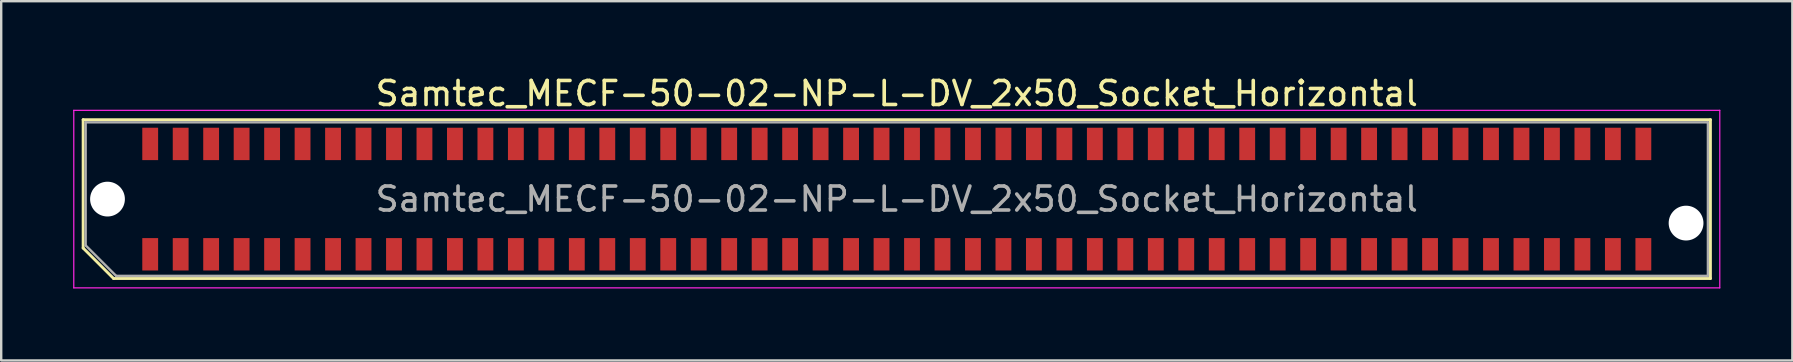
<source format=kicad_pcb>
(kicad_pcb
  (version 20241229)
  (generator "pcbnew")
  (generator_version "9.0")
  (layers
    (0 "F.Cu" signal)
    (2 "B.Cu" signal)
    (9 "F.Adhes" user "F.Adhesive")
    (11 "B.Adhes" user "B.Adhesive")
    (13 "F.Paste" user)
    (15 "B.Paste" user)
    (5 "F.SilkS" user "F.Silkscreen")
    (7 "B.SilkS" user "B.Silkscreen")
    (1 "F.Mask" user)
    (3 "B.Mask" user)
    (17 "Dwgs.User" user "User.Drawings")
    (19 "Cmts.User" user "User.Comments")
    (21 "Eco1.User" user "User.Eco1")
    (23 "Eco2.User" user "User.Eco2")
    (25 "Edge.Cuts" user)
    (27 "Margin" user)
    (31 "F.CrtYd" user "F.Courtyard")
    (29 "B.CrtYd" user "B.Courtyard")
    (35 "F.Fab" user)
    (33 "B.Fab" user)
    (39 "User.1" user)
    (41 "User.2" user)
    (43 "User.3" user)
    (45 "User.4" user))
  (footprint "Samtec_MECF-50-02-NP-L-DV_2x50_Socket_Horizontal"
    (layer "F.Cu")
    (at 34.325 5.248)
    (property "Reference" "Samtec_MECF-50-02-NP-L-DV_2x50_Socket_Horizontal" (at 0 -4.4 0) (layer "F.SilkS") (effects (font (size 1 1) (thickness 0.15))))
    (attr smd)
    (fp_line (start -33.91 -3.31) (end 33.91 -3.31) (stroke (width 0.12) (type solid)) (layer "F.SilkS"))
    (fp_line (start -33.91 2.04) (end -33.91 -3.31) (stroke (width 0.12) (type solid)) (layer "F.SilkS"))
    (fp_line (start -32.64 3.31) (end -33.91 2.04) (stroke (width 0.12) (type solid)) (layer "F.SilkS"))
    (fp_line (start -32.64 3.31) (end 33.91 3.31) (stroke (width 0.12) (type solid)) (layer "F.SilkS"))
    (fp_line (start 33.91 3.31) (end 33.91 -3.31) (stroke (width 0.12) (type solid)) (layer "F.SilkS"))
    (fp_line (start -34.3 -3.7) (end -34.3 3.7) (stroke (width 0.05) (type solid)) (layer "F.CrtYd"))
    (fp_line (start -34.3 3.7) (end 34.3 3.7) (stroke (width 0.05) (type solid)) (layer "F.CrtYd"))
    (fp_line (start 34.3 -3.7) (end -34.3 -3.7) (stroke (width 0.05) (type solid)) (layer "F.CrtYd"))
    (fp_line (start 34.3 3.7) (end 34.3 -3.7) (stroke (width 0.05) (type solid)) (layer "F.CrtYd"))
    (fp_line (start -33.805 -3.2) (end 33.805 -3.2) (stroke (width 0.1) (type solid)) (layer "F.Fab"))
    (fp_line (start -33.805 1.93) (end -33.805 -3.2) (stroke (width 0.1) (type solid)) (layer "F.Fab"))
    (fp_line (start -33.805 1.93) (end -32.535 3.2) (stroke (width 0.1) (type solid)) (layer "F.Fab"))
    (fp_line (start -32.535 3.2) (end 33.805 3.2) (stroke (width 0.1) (type solid)) (layer "F.Fab"))
    (fp_line (start 33.805 3.2) (end 33.805 -3.2) (stroke (width 0.1) (type solid)) (layer "F.Fab"))
    (fp_text user "${REFERENCE}" (at 0 0 0) (layer "F.Fab") (effects (font (size 1 1) (thickness 0.15))))
    (pad "" np_thru_hole circle (at -32.895 0) (size 1.45 1.45) (drill 1.45) (layers "*.Cu" "*.Mask"))
    (pad "" np_thru_hole circle (at 32.895 1) (size 1.45 1.45) (drill 1.45) (layers "*.Cu" "*.Mask"))
    (pad "1" smd rect (at -31.115 2.3) (size 0.66 1.35) (layers "F.Cu" "F.Mask" "F.Paste"))
    (pad "2" smd rect (at -31.115 -2.3) (size 0.66 1.35) (layers "F.Cu" "F.Mask" "F.Paste"))
    (pad "3" smd rect (at -29.845 2.3) (size 0.66 1.35) (layers "F.Cu" "F.Mask" "F.Paste"))
    (pad "4" smd rect (at -29.845 -2.3) (size 0.66 1.35) (layers "F.Cu" "F.Mask" "F.Paste"))
    (pad "5" smd rect (at -28.575 2.3) (size 0.66 1.35) (layers "F.Cu" "F.Mask" "F.Paste"))
    (pad "6" smd rect (at -28.575 -2.3) (size 0.66 1.35) (layers "F.Cu" "F.Mask" "F.Paste"))
    (pad "7" smd rect (at -27.305 2.3) (size 0.66 1.35) (layers "F.Cu" "F.Mask" "F.Paste"))
    (pad "8" smd rect (at -27.305 -2.3) (size 0.66 1.35) (layers "F.Cu" "F.Mask" "F.Paste"))
    (pad "9" smd rect (at -26.035 2.3) (size 0.66 1.35) (layers "F.Cu" "F.Mask" "F.Paste"))
    (pad "10" smd rect (at -26.035 -2.3) (size 0.66 1.35) (layers "F.Cu" "F.Mask" "F.Paste"))
    (pad "11" smd rect (at -24.765 2.3) (size 0.66 1.35) (layers "F.Cu" "F.Mask" "F.Paste"))
    (pad "12" smd rect (at -24.765 -2.3) (size 0.66 1.35) (layers "F.Cu" "F.Mask" "F.Paste"))
    (pad "13" smd rect (at -23.495 2.3) (size 0.66 1.35) (layers "F.Cu" "F.Mask" "F.Paste"))
    (pad "14" smd rect (at -23.495 -2.3) (size 0.66 1.35) (layers "F.Cu" "F.Mask" "F.Paste"))
    (pad "15" smd rect (at -22.225 2.3) (size 0.66 1.35) (layers "F.Cu" "F.Mask" "F.Paste"))
    (pad "16" smd rect (at -22.225 -2.3) (size 0.66 1.35) (layers "F.Cu" "F.Mask" "F.Paste"))
    (pad "17" smd rect (at -20.955 2.3) (size 0.66 1.35) (layers "F.Cu" "F.Mask" "F.Paste"))
    (pad "18" smd rect (at -20.955 -2.3) (size 0.66 1.35) (layers "F.Cu" "F.Mask" "F.Paste"))
    (pad "19" smd rect (at -19.685 2.3) (size 0.66 1.35) (layers "F.Cu" "F.Mask" "F.Paste"))
    (pad "20" smd rect (at -19.685 -2.3) (size 0.66 1.35) (layers "F.Cu" "F.Mask" "F.Paste"))
    (pad "21" smd rect (at -18.415 2.3) (size 0.66 1.35) (layers "F.Cu" "F.Mask" "F.Paste"))
    (pad "22" smd rect (at -18.415 -2.3) (size 0.66 1.35) (layers "F.Cu" "F.Mask" "F.Paste"))
    (pad "23" smd rect (at -17.145 2.3) (size 0.66 1.35) (layers "F.Cu" "F.Mask" "F.Paste"))
    (pad "24" smd rect (at -17.145 -2.3) (size 0.66 1.35) (layers "F.Cu" "F.Mask" "F.Paste"))
    (pad "25" smd rect (at -15.875 2.3) (size 0.66 1.35) (layers "F.Cu" "F.Mask" "F.Paste"))
    (pad "26" smd rect (at -15.875 -2.3) (size 0.66 1.35) (layers "F.Cu" "F.Mask" "F.Paste"))
    (pad "27" smd rect (at -14.605 2.3) (size 0.66 1.35) (layers "F.Cu" "F.Mask" "F.Paste"))
    (pad "28" smd rect (at -14.605 -2.3) (size 0.66 1.35) (layers "F.Cu" "F.Mask" "F.Paste"))
    (pad "29" smd rect (at -13.335 2.3) (size 0.66 1.35) (layers "F.Cu" "F.Mask" "F.Paste"))
    (pad "30" smd rect (at -13.335 -2.3) (size 0.66 1.35) (layers "F.Cu" "F.Mask" "F.Paste"))
    (pad "31" smd rect (at -12.065 2.3) (size 0.66 1.35) (layers "F.Cu" "F.Mask" "F.Paste"))
    (pad "32" smd rect (at -12.065 -2.3) (size 0.66 1.35) (layers "F.Cu" "F.Mask" "F.Paste"))
    (pad "33" smd rect (at -10.795 2.3) (size 0.66 1.35) (layers "F.Cu" "F.Mask" "F.Paste"))
    (pad "34" smd rect (at -10.795 -2.3) (size 0.66 1.35) (layers "F.Cu" "F.Mask" "F.Paste"))
    (pad "35" smd rect (at -9.525 2.3) (size 0.66 1.35) (layers "F.Cu" "F.Mask" "F.Paste"))
    (pad "36" smd rect (at -9.525 -2.3) (size 0.66 1.35) (layers "F.Cu" "F.Mask" "F.Paste"))
    (pad "37" smd rect (at -8.255 2.3) (size 0.66 1.35) (layers "F.Cu" "F.Mask" "F.Paste"))
    (pad "38" smd rect (at -8.255 -2.3) (size 0.66 1.35) (layers "F.Cu" "F.Mask" "F.Paste"))
    (pad "39" smd rect (at -6.985 2.3) (size 0.66 1.35) (layers "F.Cu" "F.Mask" "F.Paste"))
    (pad "40" smd rect (at -6.985 -2.3) (size 0.66 1.35) (layers "F.Cu" "F.Mask" "F.Paste"))
    (pad "41" smd rect (at -5.715 2.3) (size 0.66 1.35) (layers "F.Cu" "F.Mask" "F.Paste"))
    (pad "42" smd rect (at -5.715 -2.3) (size 0.66 1.35) (layers "F.Cu" "F.Mask" "F.Paste"))
    (pad "43" smd rect (at -4.445 2.3) (size 0.66 1.35) (layers "F.Cu" "F.Mask" "F.Paste"))
    (pad "44" smd rect (at -4.445 -2.3) (size 0.66 1.35) (layers "F.Cu" "F.Mask" "F.Paste"))
    (pad "45" smd rect (at -3.175 2.3) (size 0.66 1.35) (layers "F.Cu" "F.Mask" "F.Paste"))
    (pad "46" smd rect (at -3.175 -2.3) (size 0.66 1.35) (layers "F.Cu" "F.Mask" "F.Paste"))
    (pad "47" smd rect (at -1.905 2.3) (size 0.66 1.35) (layers "F.Cu" "F.Mask" "F.Paste"))
    (pad "48" smd rect (at -1.905 -2.3) (size 0.66 1.35) (layers "F.Cu" "F.Mask" "F.Paste"))
    (pad "49" smd rect (at -0.635 2.3) (size 0.66 1.35) (layers "F.Cu" "F.Mask" "F.Paste"))
    (pad "50" smd rect (at -0.635 -2.3) (size 0.66 1.35) (layers "F.Cu" "F.Mask" "F.Paste"))
    (pad "51" smd rect (at 0.635 2.3) (size 0.66 1.35) (layers "F.Cu" "F.Mask" "F.Paste"))
    (pad "52" smd rect (at 0.635 -2.3) (size 0.66 1.35) (layers "F.Cu" "F.Mask" "F.Paste"))
    (pad "53" smd rect (at 1.905 2.3) (size 0.66 1.35) (layers "F.Cu" "F.Mask" "F.Paste"))
    (pad "54" smd rect (at 1.905 -2.3) (size 0.66 1.35) (layers "F.Cu" "F.Mask" "F.Paste"))
    (pad "55" smd rect (at 3.175 2.3) (size 0.66 1.35) (layers "F.Cu" "F.Mask" "F.Paste"))
    (pad "56" smd rect (at 3.175 -2.3) (size 0.66 1.35) (layers "F.Cu" "F.Mask" "F.Paste"))
    (pad "57" smd rect (at 4.445 2.3) (size 0.66 1.35) (layers "F.Cu" "F.Mask" "F.Paste"))
    (pad "58" smd rect (at 4.445 -2.3) (size 0.66 1.35) (layers "F.Cu" "F.Mask" "F.Paste"))
    (pad "59" smd rect (at 5.715 2.3) (size 0.66 1.35) (layers "F.Cu" "F.Mask" "F.Paste"))
    (pad "60" smd rect (at 5.715 -2.3) (size 0.66 1.35) (layers "F.Cu" "F.Mask" "F.Paste"))
    (pad "61" smd rect (at 6.985 2.3) (size 0.66 1.35) (layers "F.Cu" "F.Mask" "F.Paste"))
    (pad "62" smd rect (at 6.985 -2.3) (size 0.66 1.35) (layers "F.Cu" "F.Mask" "F.Paste"))
    (pad "63" smd rect (at 8.255 2.3) (size 0.66 1.35) (layers "F.Cu" "F.Mask" "F.Paste"))
    (pad "64" smd rect (at 8.255 -2.3) (size 0.66 1.35) (layers "F.Cu" "F.Mask" "F.Paste"))
    (pad "65" smd rect (at 9.525 2.3) (size 0.66 1.35) (layers "F.Cu" "F.Mask" "F.Paste"))
    (pad "66" smd rect (at 9.525 -2.3) (size 0.66 1.35) (layers "F.Cu" "F.Mask" "F.Paste"))
    (pad "67" smd rect (at 10.795 2.3) (size 0.66 1.35) (layers "F.Cu" "F.Mask" "F.Paste"))
    (pad "68" smd rect (at 10.795 -2.3) (size 0.66 1.35) (layers "F.Cu" "F.Mask" "F.Paste"))
    (pad "69" smd rect (at 12.065 2.3) (size 0.66 1.35) (layers "F.Cu" "F.Mask" "F.Paste"))
    (pad "70" smd rect (at 12.065 -2.3) (size 0.66 1.35) (layers "F.Cu" "F.Mask" "F.Paste"))
    (pad "71" smd rect (at 13.335 2.3) (size 0.66 1.35) (layers "F.Cu" "F.Mask" "F.Paste"))
    (pad "72" smd rect (at 13.335 -2.3) (size 0.66 1.35) (layers "F.Cu" "F.Mask" "F.Paste"))
    (pad "73" smd rect (at 14.605 2.3) (size 0.66 1.35) (layers "F.Cu" "F.Mask" "F.Paste"))
    (pad "74" smd rect (at 14.605 -2.3) (size 0.66 1.35) (layers "F.Cu" "F.Mask" "F.Paste"))
    (pad "75" smd rect (at 15.875 2.3) (size 0.66 1.35) (layers "F.Cu" "F.Mask" "F.Paste"))
    (pad "76" smd rect (at 15.875 -2.3) (size 0.66 1.35) (layers "F.Cu" "F.Mask" "F.Paste"))
    (pad "77" smd rect (at 17.145 2.3) (size 0.66 1.35) (layers "F.Cu" "F.Mask" "F.Paste"))
    (pad "78" smd rect (at 17.145 -2.3) (size 0.66 1.35) (layers "F.Cu" "F.Mask" "F.Paste"))
    (pad "79" smd rect (at 18.415 2.3) (size 0.66 1.35) (layers "F.Cu" "F.Mask" "F.Paste"))
    (pad "80" smd rect (at 18.415 -2.3) (size 0.66 1.35) (layers "F.Cu" "F.Mask" "F.Paste"))
    (pad "81" smd rect (at 19.685 2.3) (size 0.66 1.35) (layers "F.Cu" "F.Mask" "F.Paste"))
    (pad "82" smd rect (at 19.685 -2.3) (size 0.66 1.35) (layers "F.Cu" "F.Mask" "F.Paste"))
    (pad "83" smd rect (at 20.955 2.3) (size 0.66 1.35) (layers "F.Cu" "F.Mask" "F.Paste"))
    (pad "84" smd rect (at 20.955 -2.3) (size 0.66 1.35) (layers "F.Cu" "F.Mask" "F.Paste"))
    (pad "85" smd rect (at 22.225 2.3) (size 0.66 1.35) (layers "F.Cu" "F.Mask" "F.Paste"))
    (pad "86" smd rect (at 22.225 -2.3) (size 0.66 1.35) (layers "F.Cu" "F.Mask" "F.Paste"))
    (pad "87" smd rect (at 23.495 2.3) (size 0.66 1.35) (layers "F.Cu" "F.Mask" "F.Paste"))
    (pad "88" smd rect (at 23.495 -2.3) (size 0.66 1.35) (layers "F.Cu" "F.Mask" "F.Paste"))
    (pad "89" smd rect (at 24.765 2.3) (size 0.66 1.35) (layers "F.Cu" "F.Mask" "F.Paste"))
    (pad "90" smd rect (at 24.765 -2.3) (size 0.66 1.35) (layers "F.Cu" "F.Mask" "F.Paste"))
    (pad "91" smd rect (at 26.035 2.3) (size 0.66 1.35) (layers "F.Cu" "F.Mask" "F.Paste"))
    (pad "92" smd rect (at 26.035 -2.3) (size 0.66 1.35) (layers "F.Cu" "F.Mask" "F.Paste"))
    (pad "93" smd rect (at 27.305 2.3) (size 0.66 1.35) (layers "F.Cu" "F.Mask" "F.Paste"))
    (pad "94" smd rect (at 27.305 -2.3) (size 0.66 1.35) (layers "F.Cu" "F.Mask" "F.Paste"))
    (pad "95" smd rect (at 28.575 2.3) (size 0.66 1.35) (layers "F.Cu" "F.Mask" "F.Paste"))
    (pad "96" smd rect (at 28.575 -2.3) (size 0.66 1.35) (layers "F.Cu" "F.Mask" "F.Paste"))
    (pad "97" smd rect (at 29.845 2.3) (size 0.66 1.35) (layers "F.Cu" "F.Mask" "F.Paste"))
    (pad "98" smd rect (at 29.845 -2.3) (size 0.66 1.35) (layers "F.Cu" "F.Mask" "F.Paste"))
    (pad "99" smd rect (at 31.115 2.3) (size 0.66 1.35) (layers "F.Cu" "F.Mask" "F.Paste"))
    (pad "100" smd rect (at 31.115 -2.3) (size 0.66 1.35) (layers "F.Cu" "F.Mask" "F.Paste")))
  (gr_rect
    (start -3 -3)
    (end 71.65 11.973)
    (stroke (width 0.1) (type default))
    (fill no)
    (layer "Edge.Cuts")))
</source>
